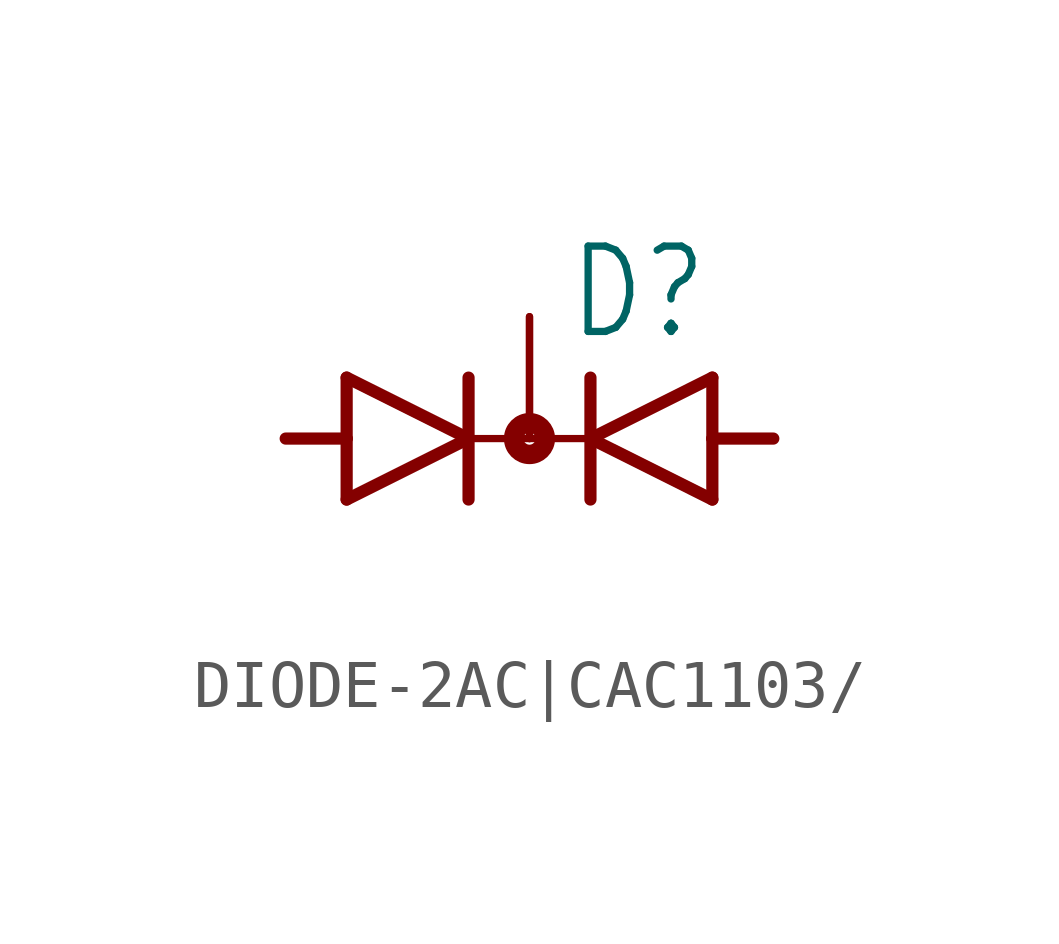
<source format=kicad_sym>
(kicad_symbol_lib
  (version 20231120)
  (generator "kicad_symbol_editor")
  (generator_version "8.0")
  (symbol "DIODE-2AC|CAC1103/"
    (property "Reference" "D"
      (at 0.762 2.007 0)
      (effects (font (size 1.778 1.511)) (justify left bottom)))
    (property "Value" ""
      (at -4.826 -3.454 0)
      (effects (font (size 1.778 1.511)) (justify left bottom)))
    (property "ki_locked" ""
      (at 0 0 0)
      (effects (font (size 1.27 1.27))))
    (symbol "DIODE-2AC|CAC1103/_1_0"
      (polyline (pts (xy -3.81 -1.27) (xy -1.27 0)) (stroke (width 0.254) (type solid)) (fill (type none)))
      (polyline (pts (xy -3.81 0) (xy -5.08 0)) (stroke (width 0.254) (type solid)) (fill (type none)))
      (polyline (pts (xy -3.81 0) (xy -3.81 -1.27)) (stroke (width 0.254) (type solid)) (fill (type none)))
      (polyline (pts (xy -3.81 1.27) (xy -3.81 0)) (stroke (width 0.254) (type solid)) (fill (type none)))
      (polyline (pts (xy -1.27 0) (xy -3.81 1.27)) (stroke (width 0.254) (type solid)) (fill (type none)))
      (polyline (pts (xy -1.27 0) (xy -1.27 -1.27)) (stroke (width 0.254) (type solid)) (fill (type none)))
      (polyline (pts (xy -1.27 0) (xy 1.27 0)) (stroke (width 0.152) (type solid)) (fill (type none)))
      (polyline (pts (xy -1.27 1.27) (xy -1.27 0)) (stroke (width 0.254) (type solid)) (fill (type none)))
      (polyline (pts (xy 1.27 -1.27) (xy 1.27 0)) (stroke (width 0.254) (type solid)) (fill (type none)))
      (polyline (pts (xy 1.27 0) (xy 1.27 1.27)) (stroke (width 0.254) (type solid)) (fill (type none)))
      (polyline (pts (xy 1.27 0) (xy 3.81 -1.27)) (stroke (width 0.254) (type solid)) (fill (type none)))
      (polyline (pts (xy 3.81 -1.27) (xy 3.81 0)) (stroke (width 0.254) (type solid)) (fill (type none)))
      (polyline (pts (xy 3.81 0) (xy 3.81 1.27)) (stroke (width 0.254) (type solid)) (fill (type none)))
      (polyline (pts (xy 3.81 0) (xy 5.08 0)) (stroke (width 0.254) (type solid)) (fill (type none)))
      (polyline (pts (xy 3.81 1.27) (xy 1.27 0)) (stroke (width 0.254) (type solid)) (fill (type none)))
      (circle (center 0 0) (radius 0.127) (stroke (width 0.406) (type solid)) (fill (type none)))
      (pin passive line (at -5.08 0 0) (length 0) (name "A1" (effects (font (size 0 0)))) (number "A1" (effects (font (size 0 0)))))
      (pin passive line (at 5.08 0 180) (length 0) (name "A2" (effects (font (size 0 0)))) (number "A2" (effects (font (size 0 0)))))
      (pin passive line (at 0 2.54 270) (length 2.54) (name "C" (effects (font (size 0 0)))) (number "C" (effects (font (size 0 0)))))
      (pin passive line (at 0 2.54 270) (length 2.54) (name "C" (effects (font (size 0 0)))) (number "C@1" (effects (font (size 0 0))))))))
</source>
